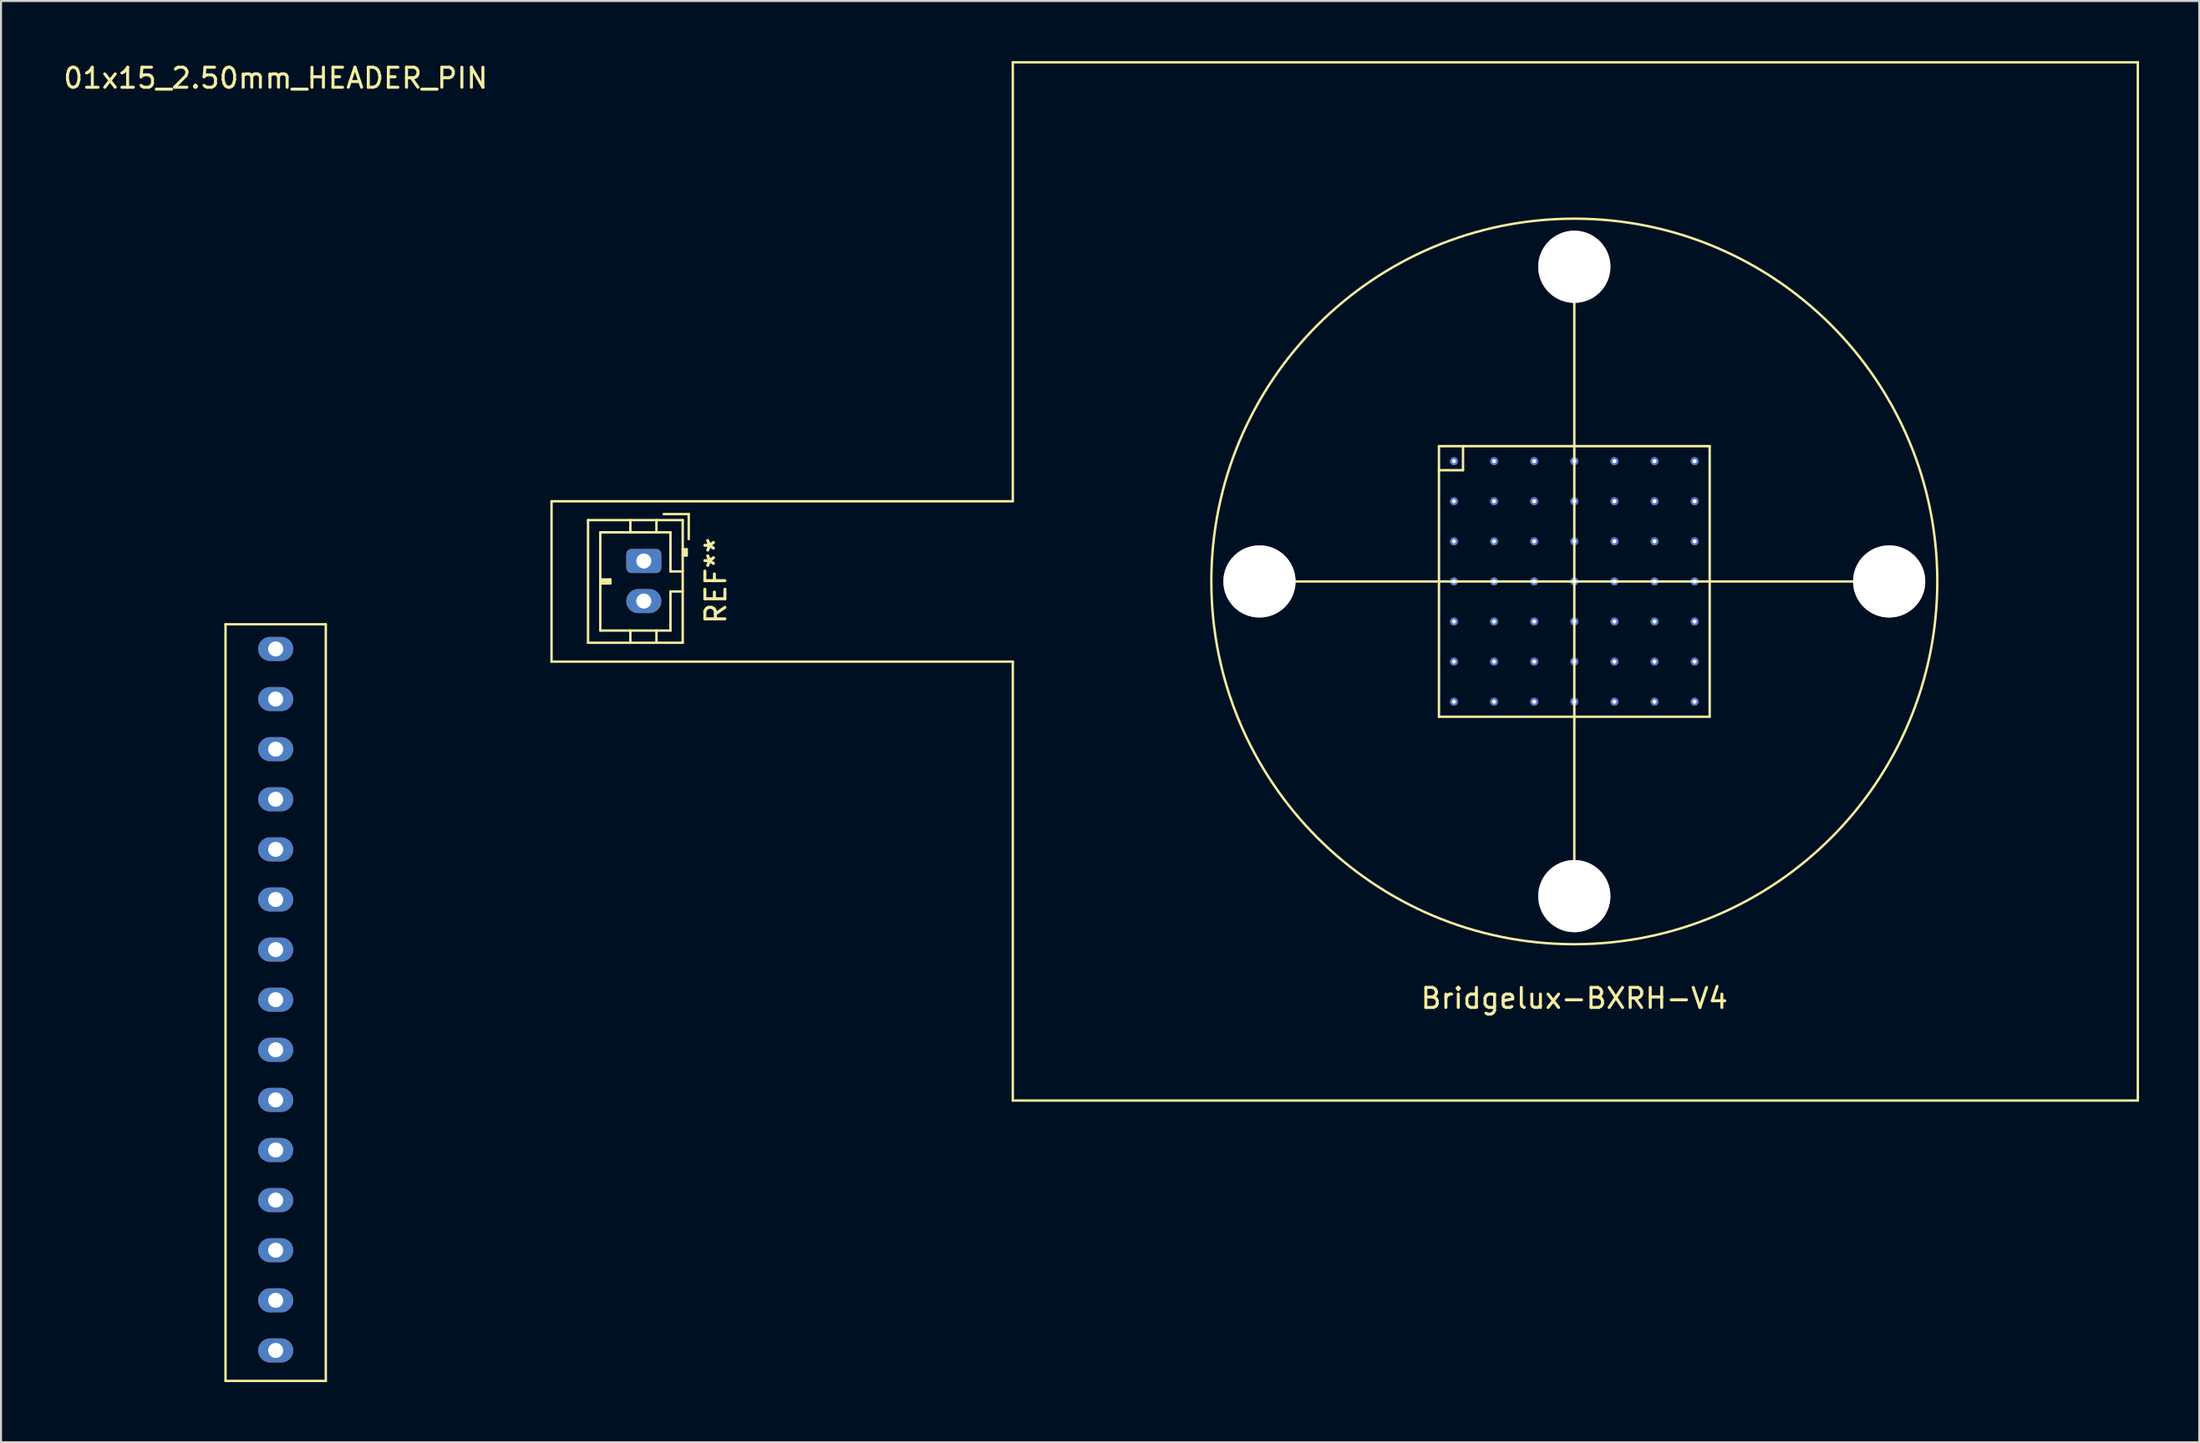
<source format=kicad_pcb>
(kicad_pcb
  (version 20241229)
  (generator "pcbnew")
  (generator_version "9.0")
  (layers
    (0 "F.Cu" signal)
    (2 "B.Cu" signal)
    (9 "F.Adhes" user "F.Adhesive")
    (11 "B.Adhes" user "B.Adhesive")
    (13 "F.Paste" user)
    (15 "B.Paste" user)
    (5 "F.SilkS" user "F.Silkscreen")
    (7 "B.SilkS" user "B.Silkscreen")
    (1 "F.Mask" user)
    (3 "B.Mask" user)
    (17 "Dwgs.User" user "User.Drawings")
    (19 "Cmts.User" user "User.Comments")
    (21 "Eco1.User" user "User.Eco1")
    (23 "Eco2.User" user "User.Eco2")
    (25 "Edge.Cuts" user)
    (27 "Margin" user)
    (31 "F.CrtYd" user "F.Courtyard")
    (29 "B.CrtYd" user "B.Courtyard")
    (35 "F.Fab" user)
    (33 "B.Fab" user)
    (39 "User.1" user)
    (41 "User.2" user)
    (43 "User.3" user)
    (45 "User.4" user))
  (footprint "01x15_2.50mm_HEADER_PIN"
    (layer "F.Cu")
    (at 10.696 46.848)
    (property "Reference" "01x15_2.50mm_HEADER_PIN" (at 0 -46 0) (layer "F.SilkS") (effects (font (size 1 1) (thickness 0.15))))
    (attr through_hole)
    (fp_line (start -2.5 -18.75) (end 2.5 -18.75) (stroke (width 0.12) (type solid)) (layer "F.SilkS"))
    (fp_line (start -2.5 19) (end -2.5 -18.75) (stroke (width 0.12) (type solid)) (layer "F.SilkS"))
    (fp_line (start 2.5 -18.75) (end 2.5 19) (stroke (width 0.12) (type solid)) (layer "F.SilkS"))
    (fp_line (start 2.5 19) (end -2.5 19) (stroke (width 0.12) (type solid)) (layer "F.SilkS"))
    (pad "1" thru_hole oval (at 0 -17.52 270) (size 1.2 1.75) (drill 0.75) (layers "*.Cu" "*.Mask"))
    (pad "2" thru_hole oval (at 0 -15.02 270) (size 1.2 1.75) (drill 0.75) (layers "*.Cu" "*.Mask"))
    (pad "3" thru_hole oval (at 0 -12.52 270) (size 1.2 1.75) (drill 0.75) (layers "*.Cu" "*.Mask"))
    (pad "4" thru_hole oval (at 0 -10.02 270) (size 1.2 1.75) (drill 0.75) (layers "*.Cu" "*.Mask"))
    (pad "5" thru_hole oval (at 0 -7.52 270) (size 1.2 1.75) (drill 0.75) (layers "*.Cu" "*.Mask"))
    (pad "6" thru_hole oval (at 0 -5.02 270) (size 1.2 1.75) (drill 0.75) (layers "*.Cu" "*.Mask"))
    (pad "7" thru_hole oval (at 0 -2.52 270) (size 1.2 1.75) (drill 0.75) (layers "*.Cu" "*.Mask"))
    (pad "8" thru_hole oval (at 0 -0.02 270) (size 1.2 1.75) (drill 0.75) (layers "*.Cu" "*.Mask"))
    (pad "9" thru_hole oval (at 0 2.48 270) (size 1.2 1.75) (drill 0.75) (layers "*.Cu" "*.Mask"))
    (pad "10" thru_hole oval (at 0 4.98 270) (size 1.2 1.75) (drill 0.75) (layers "*.Cu" "*.Mask"))
    (pad "11" thru_hole oval (at 0 7.48 270) (size 1.2 1.75) (drill 0.75) (layers "*.Cu" "*.Mask"))
    (pad "12" thru_hole oval (at 0 9.98 270) (size 1.2 1.75) (drill 0.75) (layers "*.Cu" "*.Mask"))
    (pad "13" thru_hole oval (at 0 12.48 270) (size 1.2 1.75) (drill 0.75) (layers "*.Cu" "*.Mask"))
    (pad "14" thru_hole oval (at 0 14.98 270) (size 1.2 1.75) (drill 0.75) (layers "*.Cu" "*.Mask"))
    (pad "15" thru_hole oval (at 0 17.48 270) (size 1.2 1.75) (drill 0.75) (layers "*.Cu" "*.Mask")))
  (footprint "Bridgelux-BXRH-V4"
    (layer "F.Cu")
    (at 75.453 25.96)
    (property "Reference" "Bridgelux-BXRH-V4" (at 0 20.8 0) (layer "F.SilkS") (effects (font (size 1 1) (thickness 0.15))))
    (attr through_hole)
    (fp_line (start -51 -4) (end -28 -4) (stroke (width 0.12) (type solid)) (layer "F.SilkS"))
    (fp_line (start -51 4) (end -51 -4) (stroke (width 0.12) (type solid)) (layer "F.SilkS"))
    (fp_line (start -49.18 -3.06) (end -49.18 3.06) (stroke (width 0.12) (type solid)) (layer "F.SilkS"))
    (fp_line (start -49.18 3.06) (end -44.46 3.06) (stroke (width 0.12) (type solid)) (layer "F.SilkS"))
    (fp_line (start -48.57 -2.45) (end -48.57 2.45) (stroke (width 0.12) (type solid)) (layer "F.SilkS"))
    (fp_line (start -48.57 -0.1) (end -48.07 -0.1) (stroke (width 0.12) (type solid)) (layer "F.SilkS"))
    (fp_line (start -48.57 0) (end -48.07 0) (stroke (width 0.12) (type solid)) (layer "F.SilkS"))
    (fp_line (start -48.57 2.45) (end -45.07 2.45) (stroke (width 0.12) (type solid)) (layer "F.SilkS"))
    (fp_line (start -48.07 -0.1) (end -48.07 0.1) (stroke (width 0.12) (type solid)) (layer "F.SilkS"))
    (fp_line (start -48.07 0.1) (end -48.57 0.1) (stroke (width 0.12) (type solid)) (layer "F.SilkS"))
    (fp_line (start -47.07 -3.06) (end -47.07 -2.45) (stroke (width 0.12) (type solid)) (layer "F.SilkS"))
    (fp_line (start -47.07 3.06) (end -47.07 2.45) (stroke (width 0.12) (type solid)) (layer "F.SilkS"))
    (fp_line (start -45.77 -3.06) (end -45.77 -2.45) (stroke (width 0.12) (type solid)) (layer "F.SilkS"))
    (fp_line (start -45.77 3.06) (end -45.77 2.45) (stroke (width 0.12) (type solid)) (layer "F.SilkS"))
    (fp_line (start -45.07 -2.45) (end -48.57 -2.45) (stroke (width 0.12) (type solid)) (layer "F.SilkS"))
    (fp_line (start -45.07 -0.5) (end -45.07 -2.45) (stroke (width 0.12) (type solid)) (layer "F.SilkS"))
    (fp_line (start -45.07 0.5) (end -44.46 0.5) (stroke (width 0.12) (type solid)) (layer "F.SilkS"))
    (fp_line (start -45.07 2.45) (end -45.07 0.5) (stroke (width 0.12) (type solid)) (layer "F.SilkS"))
    (fp_line (start -44.46 -3.06) (end -49.18 -3.06) (stroke (width 0.12) (type solid)) (layer "F.SilkS"))
    (fp_line (start -44.46 -1.3) (end -44.26 -1.3) (stroke (width 0.12) (type solid)) (layer "F.SilkS"))
    (fp_line (start -44.46 -0.5) (end -45.07 -0.5) (stroke (width 0.12) (type solid)) (layer "F.SilkS"))
    (fp_line (start -44.46 3.06) (end -44.46 -3.06) (stroke (width 0.12) (type solid)) (layer "F.SilkS"))
    (fp_line (start -44.36 -1.3) (end -44.36 -1.6) (stroke (width 0.12) (type solid)) (layer "F.SilkS"))
    (fp_line (start -44.26 -1.6) (end -44.46 -1.6) (stroke (width 0.12) (type solid)) (layer "F.SilkS"))
    (fp_line (start -44.26 -1.3) (end -44.26 -1.6) (stroke (width 0.12) (type solid)) (layer "F.SilkS"))
    (fp_line (start -44.16 -3.36) (end -45.41 -3.36) (stroke (width 0.12) (type solid)) (layer "F.SilkS"))
    (fp_line (start -44.16 -2.11) (end -44.16 -3.36) (stroke (width 0.12) (type solid)) (layer "F.SilkS"))
    (fp_line (start -28 -25.9) (end 28.1 -25.9) (stroke (width 0.12) (type solid)) (layer "F.SilkS"))
    (fp_line (start -28 -4) (end -28 -25.9) (stroke (width 0.12) (type solid)) (layer "F.SilkS"))
    (fp_line (start -28 4) (end -51 4) (stroke (width 0.12) (type solid)) (layer "F.SilkS"))
    (fp_line (start -28 25.9) (end -28 4) (stroke (width 0.12) (type solid)) (layer "F.SilkS"))
    (fp_line (start -15.7 0) (end 15.7 0) (stroke (width 0.12) (type solid)) (layer "F.SilkS"))
    (fp_line (start -6.75 -6.75) (end -6.75 6.75) (stroke (width 0.12) (type solid)) (layer "F.SilkS"))
    (fp_line (start -6.75 -6.75) (end 6.75 -6.75) (stroke (width 0.12) (type solid)) (layer "F.SilkS"))
    (fp_line (start -6.75 6.75) (end 6.75 6.75) (stroke (width 0.12) (type solid)) (layer "F.SilkS"))
    (fp_line (start -5.55 -6.75) (end -5.55 -5.55) (stroke (width 0.12) (type solid)) (layer "F.SilkS"))
    (fp_line (start -5.55 -5.55) (end -6.75 -5.55) (stroke (width 0.12) (type solid)) (layer "F.SilkS"))
    (fp_line (start 0 -15.7) (end 0 15.7) (stroke (width 0.12) (type solid)) (layer "F.SilkS"))
    (fp_line (start 6.75 6.75) (end 6.75 -6.75) (stroke (width 0.12) (type solid)) (layer "F.SilkS"))
    (fp_line (start 28.1 -25.9) (end 28.1 25.9) (stroke (width 0.12) (type solid)) (layer "F.SilkS"))
    (fp_line (start 28.1 25.9) (end -28 25.9) (stroke (width 0.12) (type solid)) (layer "F.SilkS"))
    (fp_circle (center 0 0) (end 18.1 0) (stroke (width 0.12) (type solid)) (fill no) (layer "F.SilkS"))
    (fp_text user "REF**" (at -42.81 -0.04 270) (layer "F.SilkS") (effects (font (size 1 1) (thickness 0.15))))
    (pad "0" thru_hole circle (at -15.7 0) (size 3.6 3.6) (drill 3.6) (layers "*.Cu" "*.Mask"))
    (pad "0" thru_hole circle (at -6 -6) (size 0.4 0.4) (drill 0.2) (layers "*.Cu" "*.Mask"))
    (pad "0" thru_hole circle (at -6 -4) (size 0.4 0.4) (drill 0.2) (layers "*.Cu" "*.Mask"))
    (pad "0" thru_hole circle (at -6 -2) (size 0.4 0.4) (drill 0.2) (layers "*.Cu" "*.Mask"))
    (pad "0" thru_hole circle (at -6 0) (size 0.4 0.4) (drill 0.2) (layers "*.Cu" "*.Mask"))
    (pad "0" thru_hole circle (at -6 2) (size 0.4 0.4) (drill 0.2) (layers "*.Cu" "*.Mask"))
    (pad "0" thru_hole circle (at -6 4) (size 0.4 0.4) (drill 0.2) (layers "*.Cu" "*.Mask"))
    (pad "0" thru_hole circle (at -6 6) (size 0.4 0.4) (drill 0.2) (layers "*.Cu" "*.Mask"))
    (pad "0" thru_hole circle (at -4 -6) (size 0.4 0.4) (drill 0.2) (layers "*.Cu" "*.Mask"))
    (pad "0" thru_hole circle (at -4 -4) (size 0.4 0.4) (drill 0.2) (layers "*.Cu" "*.Mask"))
    (pad "0" thru_hole circle (at -4 -2) (size 0.4 0.4) (drill 0.2) (layers "*.Cu" "*.Mask"))
    (pad "0" thru_hole circle (at -4 0) (size 0.4 0.4) (drill 0.2) (layers "*.Cu" "*.Mask"))
    (pad "0" thru_hole circle (at -4 2) (size 0.4 0.4) (drill 0.2) (layers "*.Cu" "*.Mask"))
    (pad "0" thru_hole circle (at -4 4) (size 0.4 0.4) (drill 0.2) (layers "*.Cu" "*.Mask"))
    (pad "0" thru_hole circle (at -4 6) (size 0.4 0.4) (drill 0.2) (layers "*.Cu" "*.Mask"))
    (pad "0" thru_hole circle (at -2 -6) (size 0.4 0.4) (drill 0.2) (layers "*.Cu" "*.Mask"))
    (pad "0" thru_hole circle (at -2 -4) (size 0.4 0.4) (drill 0.2) (layers "*.Cu" "*.Mask"))
    (pad "0" thru_hole circle (at -2 -2) (size 0.4 0.4) (drill 0.2) (layers "*.Cu" "*.Mask"))
    (pad "0" thru_hole circle (at -2 0) (size 0.4 0.4) (drill 0.2) (layers "*.Cu" "*.Mask"))
    (pad "0" thru_hole circle (at -2 2) (size 0.4 0.4) (drill 0.2) (layers "*.Cu" "*.Mask"))
    (pad "0" thru_hole circle (at -2 4) (size 0.4 0.4) (drill 0.2) (layers "*.Cu" "*.Mask"))
    (pad "0" thru_hole circle (at -2 6) (size 0.4 0.4) (drill 0.2) (layers "*.Cu" "*.Mask"))
    (pad "0" thru_hole circle (at 0 -15.7) (size 3.6 3.6) (drill 3.6) (layers "*.Cu" "*.Mask"))
    (pad "0" thru_hole circle (at 0 -6) (size 0.4 0.4) (drill 0.2) (layers "*.Cu" "*.Mask"))
    (pad "0" thru_hole circle (at 0 -4) (size 0.4 0.4) (drill 0.2) (layers "*.Cu" "*.Mask"))
    (pad "0" thru_hole circle (at 0 -2) (size 0.4 0.4) (drill 0.2) (layers "*.Cu" "*.Mask"))
    (pad "0" thru_hole circle (at 0 0) (size 0.4 0.4) (drill 0.2) (layers "*.Cu" "*.Mask"))
    (pad "0" thru_hole circle (at 0 2) (size 0.4 0.4) (drill 0.2) (layers "*.Cu" "*.Mask"))
    (pad "0" thru_hole circle (at 0 4) (size 0.4 0.4) (drill 0.2) (layers "*.Cu" "*.Mask"))
    (pad "0" thru_hole circle (at 0 6) (size 0.4 0.4) (drill 0.2) (layers "*.Cu" "*.Mask"))
    (pad "0" thru_hole circle (at 0 15.7) (size 3.6 3.6) (drill 3.6) (layers "*.Cu" "*.Mask"))
    (pad "0" thru_hole circle (at 2 -6) (size 0.4 0.4) (drill 0.2) (layers "*.Cu" "*.Mask"))
    (pad "0" thru_hole circle (at 2 -4) (size 0.4 0.4) (drill 0.2) (layers "*.Cu" "*.Mask"))
    (pad "0" thru_hole circle (at 2 -2) (size 0.4 0.4) (drill 0.2) (layers "*.Cu" "*.Mask"))
    (pad "0" thru_hole circle (at 2 0) (size 0.4 0.4) (drill 0.2) (layers "*.Cu" "*.Mask"))
    (pad "0" thru_hole circle (at 2 2) (size 0.4 0.4) (drill 0.2) (layers "*.Cu" "*.Mask"))
    (pad "0" thru_hole circle (at 2 4) (size 0.4 0.4) (drill 0.2) (layers "*.Cu" "*.Mask"))
    (pad "0" thru_hole circle (at 2 6) (size 0.4 0.4) (drill 0.2) (layers "*.Cu" "*.Mask"))
    (pad "0" thru_hole circle (at 4 -6) (size 0.4 0.4) (drill 0.2) (layers "*.Cu" "*.Mask"))
    (pad "0" thru_hole circle (at 4 -4) (size 0.4 0.4) (drill 0.2) (layers "*.Cu" "*.Mask"))
    (pad "0" thru_hole circle (at 4 -2) (size 0.4 0.4) (drill 0.2) (layers "*.Cu" "*.Mask"))
    (pad "0" thru_hole circle (at 4 0) (size 0.4 0.4) (drill 0.2) (layers "*.Cu" "*.Mask"))
    (pad "0" thru_hole circle (at 4 2) (size 0.4 0.4) (drill 0.2) (layers "*.Cu" "*.Mask"))
    (pad "0" thru_hole circle (at 4 4) (size 0.4 0.4) (drill 0.2) (layers "*.Cu" "*.Mask"))
    (pad "0" thru_hole circle (at 4 6) (size 0.4 0.4) (drill 0.2) (layers "*.Cu" "*.Mask"))
    (pad "0" thru_hole circle (at 6 -6) (size 0.4 0.4) (drill 0.2) (layers "*.Cu" "*.Mask"))
    (pad "0" thru_hole circle (at 6 -4) (size 0.4 0.4) (drill 0.2) (layers "*.Cu" "*.Mask"))
    (pad "0" thru_hole circle (at 6 -2) (size 0.4 0.4) (drill 0.2) (layers "*.Cu" "*.Mask"))
    (pad "0" thru_hole circle (at 6 0) (size 0.4 0.4) (drill 0.2) (layers "*.Cu" "*.Mask"))
    (pad "0" thru_hole circle (at 6 2) (size 0.4 0.4) (drill 0.2) (layers "*.Cu" "*.Mask"))
    (pad "0" thru_hole circle (at 6 4) (size 0.4 0.4) (drill 0.2) (layers "*.Cu" "*.Mask"))
    (pad "0" thru_hole circle (at 6 6) (size 0.4 0.4) (drill 0.2) (layers "*.Cu" "*.Mask"))
    (pad "0" thru_hole circle (at 15.7 0) (size 3.6 3.6) (drill 3.6) (layers "*.Cu" "*.Mask"))
    (pad "1" thru_hole roundrect (at -46.4 -1.02 270) (size 1.2 1.75) (drill 0.75) (layers "*.Cu" "*.Mask") (roundrect_rratio 0.208))
    (pad "2" thru_hole oval (at -46.4 0.98 270) (size 1.2 1.75) (drill 0.75) (layers "*.Cu" "*.Mask")))
  (gr_rect
    (start -3 -3)
    (end 106.613 68.908)
    (stroke (width 0.1) (type default))
    (fill no)
    (layer "Edge.Cuts")))
</source>
